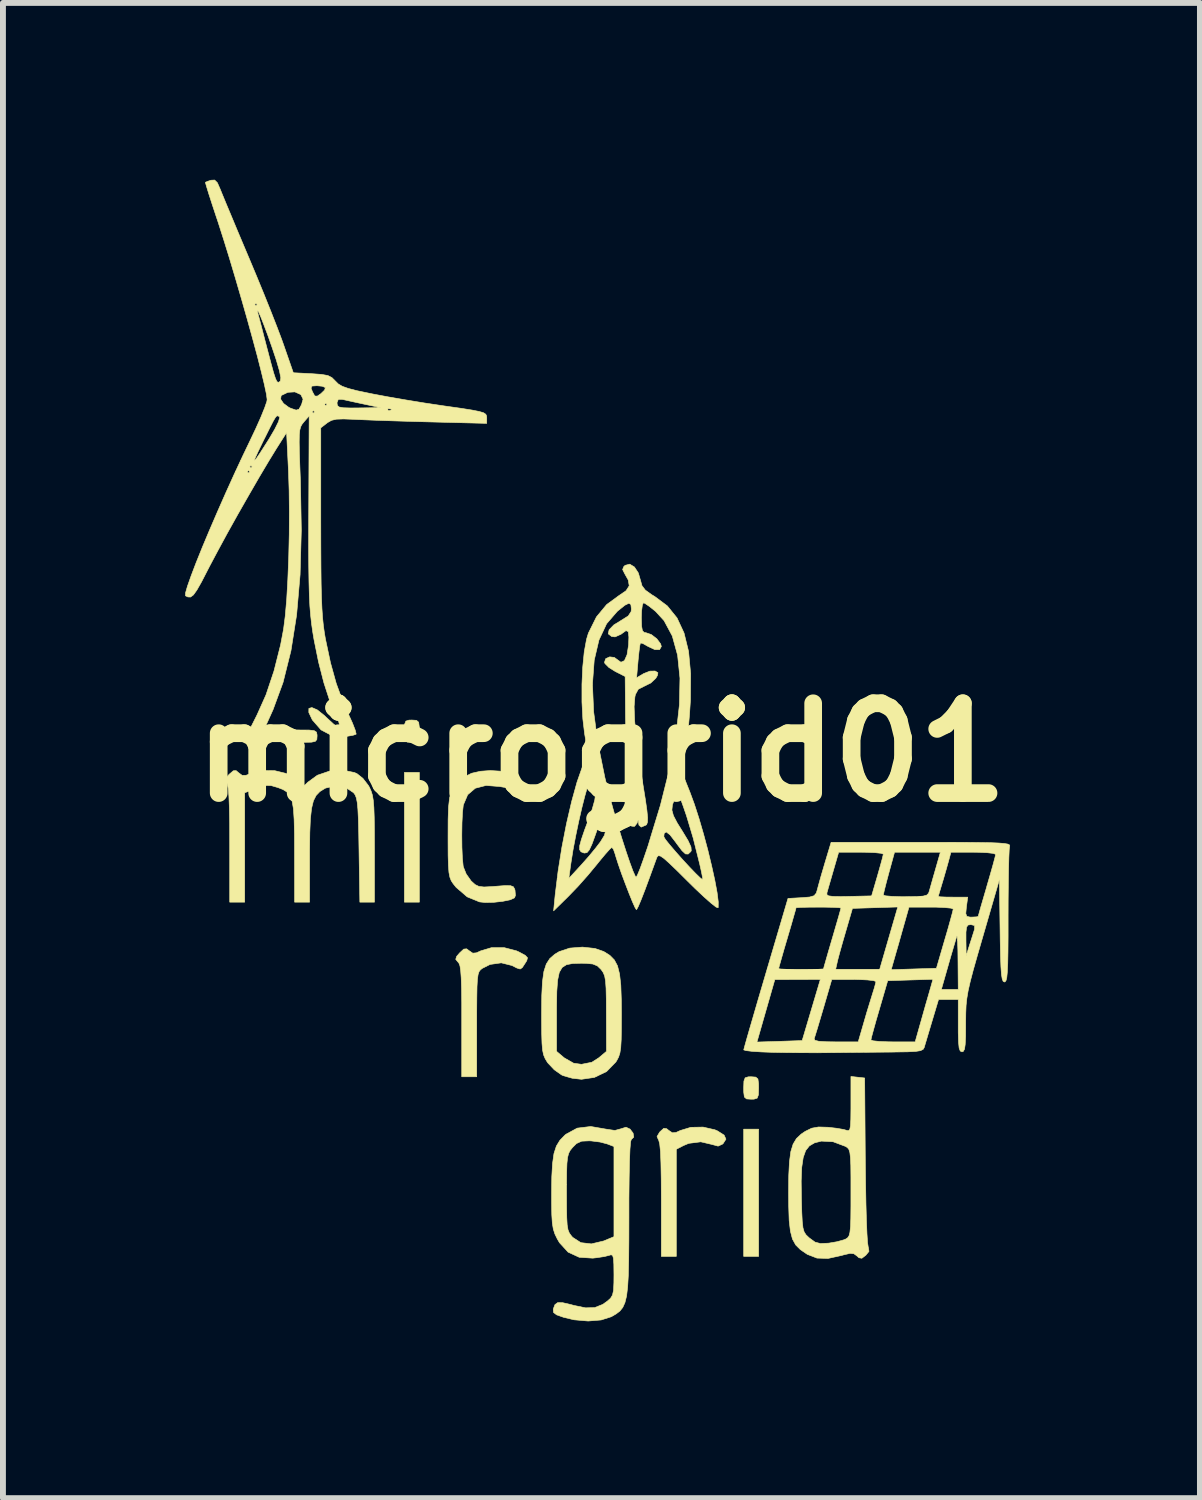
<source format=kicad_pcb>
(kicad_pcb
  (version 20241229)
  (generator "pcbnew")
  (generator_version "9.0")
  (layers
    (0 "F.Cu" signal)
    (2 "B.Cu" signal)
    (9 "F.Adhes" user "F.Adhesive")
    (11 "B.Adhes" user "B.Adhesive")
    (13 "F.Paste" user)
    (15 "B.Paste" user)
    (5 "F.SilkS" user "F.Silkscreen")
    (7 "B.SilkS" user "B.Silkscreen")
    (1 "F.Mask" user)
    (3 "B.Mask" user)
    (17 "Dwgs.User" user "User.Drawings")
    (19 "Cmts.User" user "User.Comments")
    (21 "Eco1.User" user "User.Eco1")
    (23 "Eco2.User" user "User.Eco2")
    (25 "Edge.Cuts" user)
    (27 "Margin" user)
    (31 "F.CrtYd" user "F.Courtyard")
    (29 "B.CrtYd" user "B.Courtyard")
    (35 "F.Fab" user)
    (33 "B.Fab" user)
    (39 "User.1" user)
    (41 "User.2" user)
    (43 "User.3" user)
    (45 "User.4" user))
  (footprint "microgrid01"
    (layer "F.Cu")
    (at 7.156 9.718)
    (property "Reference" "microgrid01" (at 0 0 0) (layer "F.SilkS") (effects (font (size 1.524 1.524) (thickness 0.3))))
    (attr through_hole)
    (fp_poly (pts (xy -3.09 2.54) (xy -3.344 2.54) (xy -3.344 0.339) (xy -3.09 0.339) (xy -3.09 2.54)) (stroke (width 0.01) (type solid)) (fill yes) (layer "F.SilkS"))
    (fp_poly (pts (xy 2.667 8.551) (xy 2.413 8.551) (xy 2.413 6.392) (xy 2.667 6.392) (xy 2.667 8.551)) (stroke (width 0.01) (type solid)) (fill yes) (layer "F.SilkS"))
    (fp_poly (pts (xy -3.139 -0.545) (xy -3.102 -0.513) (xy -3.091 -0.432) (xy -3.09 -0.36) (xy -3.094 -0.243) (xy -3.115 -0.187) (xy -3.169 -0.17) (xy -3.217 -0.169) (xy -3.295 -0.175) (xy -3.332 -0.207) (xy -3.344 -0.288) (xy -3.344 -0.36) (xy -3.341 -0.477) (xy -3.319 -0.532) (xy -3.265 -0.549) (xy -3.217 -0.55) (xy -3.139 -0.545)) (stroke (width 0.01) (type solid)) (fill yes) (layer "F.SilkS"))
    (fp_poly (pts (xy 2.618 5.509) (xy 2.655 5.541) (xy 2.666 5.622) (xy 2.667 5.694) (xy 2.663 5.811) (xy 2.642 5.866) (xy 2.588 5.883) (xy 2.54 5.884) (xy 2.462 5.879) (xy 2.425 5.847) (xy 2.414 5.766) (xy 2.413 5.694) (xy 2.417 5.577) (xy 2.438 5.521) (xy 2.492 5.504) (xy 2.54 5.503) (xy 2.618 5.509)) (stroke (width 0.01) (type solid)) (fill yes) (layer "F.SilkS"))
    (fp_poly (pts (xy 1.925 6.403) (xy 1.967 6.421) (xy 2.081 6.493) (xy 2.112 6.562) (xy 2.064 6.637) (xy 2.052 6.647) (xy 1.979 6.68) (xy 1.884 6.654) (xy 1.881 6.653) (xy 1.685 6.607) (xy 1.481 6.633) (xy 1.395 6.669) (xy 1.27 6.733) (xy 1.27 8.551) (xy 1.016 8.551) (xy 1.016 7.586) (xy 1.014 7.236) (xy 1.009 6.966) (xy 1.001 6.769) (xy 0.988 6.642) (xy 0.971 6.578) (xy 0.966 6.571) (xy 0.943 6.517) (xy 0.985 6.446) (xy 0.994 6.435) (xy 1.057 6.378) (xy 1.106 6.384) (xy 1.143 6.414) (xy 1.203 6.454) (xy 1.266 6.448) (xy 1.338 6.415) (xy 1.516 6.361) (xy 1.724 6.357) (xy 1.925 6.403)) (stroke (width 0.01) (type solid)) (fill yes) (layer "F.SilkS"))
    (fp_poly (pts (xy -1.651 3.312) (xy -1.443 3.366) (xy -1.395 3.388) (xy -1.293 3.443) (xy -1.255 3.484) (xy -1.268 3.534) (xy -1.296 3.578) (xy -1.343 3.65) (xy -1.379 3.675) (xy -1.435 3.658) (xy -1.52 3.615) (xy -1.7 3.57) (xy -1.89 3.597) (xy -2.023 3.664) (xy -2.054 3.689) (xy -2.078 3.721) (xy -2.094 3.771) (xy -2.105 3.852) (xy -2.112 3.974) (xy -2.115 4.149) (xy -2.117 4.389) (xy -2.117 4.617) (xy -2.117 5.503) (xy -2.371 5.503) (xy -2.371 4.556) (xy -2.371 4.241) (xy -2.374 4.001) (xy -2.38 3.825) (xy -2.389 3.702) (xy -2.401 3.622) (xy -2.419 3.575) (xy -2.436 3.555) (xy -2.473 3.51) (xy -2.457 3.46) (xy -2.407 3.402) (xy -2.337 3.337) (xy -2.288 3.332) (xy -2.243 3.366) (xy -2.184 3.406) (xy -2.121 3.4) (xy -2.049 3.367) (xy -1.865 3.312) (xy -1.651 3.312)) (stroke (width 0.01) (type solid)) (fill yes) (layer "F.SilkS"))
    (fp_poly (pts (xy -1.726 0.317) (xy -1.592 0.346) (xy -1.504 0.395) (xy -1.482 0.444) (xy -1.494 0.545) (xy -1.542 0.591) (xy -1.642 0.593) (xy -1.729 0.578) (xy -1.959 0.56) (xy -2.141 0.607) (xy -2.27 0.717) (xy -2.343 0.889) (xy -2.345 0.897) (xy -2.358 1.017) (xy -2.367 1.193) (xy -2.37 1.4) (xy -2.368 1.609) (xy -2.36 1.793) (xy -2.347 1.925) (xy -2.344 1.941) (xy -2.295 2.063) (xy -2.213 2.179) (xy -2.207 2.185) (xy -2.143 2.243) (xy -2.08 2.273) (xy -1.993 2.283) (xy -1.856 2.276) (xy -1.793 2.271) (xy -1.636 2.259) (xy -1.543 2.261) (xy -1.495 2.279) (xy -1.473 2.318) (xy -1.467 2.339) (xy -1.46 2.427) (xy -1.476 2.467) (xy -1.548 2.5) (xy -1.675 2.526) (xy -1.827 2.543) (xy -1.974 2.546) (xy -2.069 2.536) (xy -2.279 2.45) (xy -2.466 2.289) (xy -2.516 2.227) (xy -2.549 2.177) (xy -2.572 2.118) (xy -2.588 2.036) (xy -2.597 1.917) (xy -2.602 1.747) (xy -2.603 1.511) (xy -2.603 1.418) (xy -2.602 1.137) (xy -2.595 0.927) (xy -2.577 0.771) (xy -2.546 0.657) (xy -2.496 0.569) (xy -2.424 0.493) (xy -2.326 0.415) (xy -2.318 0.409) (xy -2.203 0.353) (xy -2.052 0.319) (xy -1.886 0.307) (xy -1.726 0.317)) (stroke (width 0.01) (type solid)) (fill yes) (layer "F.SilkS"))
    (fp_poly (pts (xy -0.11 3.326) (xy 0.04 3.379) (xy 0.142 3.443) (xy 0.218 3.52) (xy 0.272 3.621) (xy 0.307 3.76) (xy 0.328 3.948) (xy 0.337 4.2) (xy 0.339 4.427) (xy 0.338 4.685) (xy 0.335 4.873) (xy 0.327 5.006) (xy 0.313 5.099) (xy 0.291 5.168) (xy 0.26 5.227) (xy 0.243 5.254) (xy 0.086 5.415) (xy -0.12 5.514) (xy -0.339 5.546) (xy -0.496 5.528) (xy -0.647 5.485) (xy -0.676 5.472) (xy -0.801 5.384) (xy -0.91 5.268) (xy -0.92 5.254) (xy -0.956 5.194) (xy -0.982 5.132) (xy -0.999 5.052) (xy -1.009 4.938) (xy -1.014 4.777) (xy -1.016 4.552) (xy -1.016 4.427) (xy -1.016 4.425) (xy -0.762 4.425) (xy -0.762 5.072) (xy -0.632 5.182) (xy -0.473 5.273) (xy -0.339 5.292) (xy -0.163 5.257) (xy -0.046 5.182) (xy 0.085 5.072) (xy 0.083 4.431) (xy 0.082 4.181) (xy 0.078 4.002) (xy 0.069 3.877) (xy 0.054 3.793) (xy 0.03 3.735) (xy -0.003 3.687) (xy -0.006 3.683) (xy -0.069 3.622) (xy -0.146 3.59) (xy -0.265 3.578) (xy -0.347 3.577) (xy -0.488 3.581) (xy -0.593 3.601) (xy -0.667 3.648) (xy -0.716 3.732) (xy -0.744 3.864) (xy -0.758 4.056) (xy -0.762 4.318) (xy -0.762 4.425) (xy -1.016 4.425) (xy -1.013 4.123) (xy -1.001 3.89) (xy -0.977 3.717) (xy -0.936 3.59) (xy -0.876 3.497) (xy -0.793 3.425) (xy -0.717 3.379) (xy -0.538 3.32) (xy -0.323 3.303) (xy -0.11 3.326)) (stroke (width 0.01) (type solid)) (fill yes) (layer "F.SilkS"))
    (fp_poly (pts (xy -4.191 0.341) (xy -4.147 0.361) (xy -4.048 0.44) (xy -3.957 0.558) (xy -3.937 0.592) (xy -3.909 0.655) (xy -3.887 0.724) (xy -3.872 0.813) (xy -3.862 0.933) (xy -3.856 1.099) (xy -3.853 1.322) (xy -3.852 1.616) (xy -3.852 1.649) (xy -3.852 2.54) (xy -4.1 2.54) (xy -4.114 1.655) (xy -4.119 1.356) (xy -4.125 1.13) (xy -4.133 0.965) (xy -4.144 0.85) (xy -4.159 0.773) (xy -4.179 0.721) (xy -4.206 0.684) (xy -4.207 0.683) (xy -4.342 0.592) (xy -4.509 0.565) (xy -4.68 0.604) (xy -4.697 0.613) (xy -4.779 0.664) (xy -4.842 0.73) (xy -4.888 0.821) (xy -4.919 0.948) (xy -4.939 1.124) (xy -4.949 1.359) (xy -4.953 1.665) (xy -4.953 1.755) (xy -4.953 2.54) (xy -5.207 2.54) (xy -5.208 1.704) (xy -5.209 1.384) (xy -5.215 1.139) (xy -5.227 0.955) (xy -5.25 0.824) (xy -5.285 0.733) (xy -5.335 0.672) (xy -5.404 0.629) (xy -5.489 0.596) (xy -5.606 0.562) (xy -5.701 0.561) (xy -5.816 0.594) (xy -5.858 0.61) (xy -6.054 0.684) (xy -6.054 2.54) (xy -6.308 2.54) (xy -6.308 1.554) (xy -6.309 1.206) (xy -6.314 0.937) (xy -6.322 0.74) (xy -6.333 0.607) (xy -6.349 0.534) (xy -6.359 0.516) (xy -6.382 0.465) (xy -6.344 0.4) (xy -6.317 0.371) (xy -6.247 0.311) (xy -6.2 0.308) (xy -6.155 0.346) (xy -6.098 0.388) (xy -6.033 0.388) (xy -5.944 0.356) (xy -5.751 0.307) (xy -5.545 0.309) (xy -5.352 0.356) (xy -5.194 0.442) (xy -5.108 0.538) (xy -5.073 0.572) (xy -5.024 0.546) (xy -4.985 0.507) (xy -4.821 0.387) (xy -4.614 0.316) (xy -4.394 0.299) (xy -4.191 0.341)) (stroke (width 0.01) (type solid)) (fill yes) (layer "F.SilkS"))
    (fp_poly (pts (xy 4.35 5.511) (xy 4.466 5.524) (xy 4.477 6.939) (xy 4.482 7.322) (xy 4.488 7.659) (xy 4.496 7.942) (xy 4.505 8.164) (xy 4.515 8.318) (xy 4.527 8.396) (xy 4.53 8.404) (xy 4.539 8.466) (xy 4.486 8.531) (xy 4.418 8.583) (xy 4.369 8.574) (xy 4.334 8.543) (xy 4.283 8.506) (xy 4.218 8.5) (xy 4.11 8.525) (xy 4.075 8.535) (xy 3.844 8.586) (xy 3.657 8.58) (xy 3.494 8.517) (xy 3.482 8.509) (xy 3.375 8.436) (xy 3.296 8.357) (xy 3.241 8.257) (xy 3.206 8.123) (xy 3.185 7.941) (xy 3.177 7.698) (xy 3.175 7.478) (xy 3.177 7.273) (xy 3.389 7.273) (xy 3.393 7.574) (xy 3.399 7.801) (xy 3.407 7.96) (xy 3.419 8.066) (xy 3.439 8.135) (xy 3.47 8.184) (xy 3.515 8.228) (xy 3.532 8.242) (xy 3.624 8.309) (xy 3.715 8.333) (xy 3.845 8.327) (xy 3.859 8.326) (xy 3.999 8.302) (xy 4.116 8.269) (xy 4.147 8.256) (xy 4.178 8.235) (xy 4.201 8.201) (xy 4.216 8.143) (xy 4.226 8.048) (xy 4.231 7.903) (xy 4.233 7.696) (xy 4.233 7.472) (xy 4.233 7.206) (xy 4.231 7.011) (xy 4.225 6.877) (xy 4.215 6.79) (xy 4.199 6.737) (xy 4.174 6.706) (xy 4.141 6.684) (xy 4.139 6.684) (xy 3.931 6.606) (xy 3.731 6.595) (xy 3.614 6.625) (xy 3.528 6.676) (xy 3.465 6.755) (xy 3.423 6.874) (xy 3.398 7.042) (xy 3.389 7.273) (xy 3.177 7.273) (xy 3.178 7.176) (xy 3.19 6.945) (xy 3.213 6.773) (xy 3.252 6.646) (xy 3.309 6.551) (xy 3.389 6.476) (xy 3.457 6.43) (xy 3.567 6.376) (xy 3.684 6.355) (xy 3.844 6.36) (xy 3.991 6.377) (xy 4.111 6.398) (xy 4.159 6.412) (xy 4.191 6.419) (xy 4.213 6.399) (xy 4.225 6.339) (xy 4.231 6.225) (xy 4.233 6.043) (xy 4.233 5.971) (xy 4.233 5.498) (xy 4.35 5.511)) (stroke (width 0.01) (type solid)) (fill yes) (layer "F.SilkS"))
    (fp_poly (pts (xy 0.085 6.393) (xy 0.228 6.414) (xy 0.327 6.387) (xy 0.416 6.359) (xy 0.485 6.391) (xy 0.537 6.46) (xy 0.548 6.527) (xy 0.514 6.561) (xy 0.508 6.562) (xy 0.495 6.604) (xy 0.484 6.727) (xy 0.476 6.931) (xy 0.47 7.211) (xy 0.466 7.565) (xy 0.466 7.885) (xy 0.465 8.286) (xy 0.462 8.611) (xy 0.456 8.87) (xy 0.444 9.071) (xy 0.426 9.223) (xy 0.398 9.336) (xy 0.361 9.418) (xy 0.312 9.479) (xy 0.249 9.527) (xy 0.172 9.572) (xy 0.167 9.575) (xy -0.006 9.63) (xy -0.226 9.648) (xy -0.466 9.627) (xy -0.642 9.585) (xy -0.761 9.543) (xy -0.814 9.502) (xy -0.818 9.448) (xy -0.816 9.44) (xy -0.789 9.369) (xy -0.742 9.335) (xy -0.657 9.337) (xy -0.515 9.37) (xy -0.473 9.382) (xy -0.271 9.424) (xy -0.115 9.42) (xy 0.021 9.366) (xy 0.099 9.311) (xy 0.154 9.262) (xy 0.187 9.208) (xy 0.205 9.127) (xy 0.211 8.998) (xy 0.212 8.861) (xy 0.21 8.687) (xy 0.203 8.582) (xy 0.188 8.533) (xy 0.161 8.524) (xy 0.138 8.531) (xy 0.053 8.553) (xy -0.078 8.573) (xy -0.148 8.581) (xy -0.378 8.566) (xy -0.566 8.479) (xy -0.713 8.318) (xy -0.75 8.254) (xy -0.79 8.172) (xy -0.817 8.088) (xy -0.834 7.985) (xy -0.843 7.843) (xy -0.846 7.646) (xy -0.846 7.497) (xy -0.846 7.468) (xy -0.593 7.468) (xy -0.592 7.716) (xy -0.589 7.894) (xy -0.582 8.016) (xy -0.568 8.099) (xy -0.545 8.156) (xy -0.512 8.201) (xy -0.489 8.228) (xy -0.35 8.318) (xy -0.171 8.339) (xy 0.039 8.289) (xy 0.065 8.278) (xy 0.212 8.217) (xy 0.212 6.687) (xy 0.095 6.642) (xy -0.023 6.611) (xy -0.171 6.592) (xy -0.205 6.59) (xy -0.336 6.596) (xy -0.424 6.636) (xy -0.49 6.702) (xy -0.53 6.751) (xy -0.557 6.803) (xy -0.575 6.872) (xy -0.586 6.974) (xy -0.591 7.124) (xy -0.593 7.336) (xy -0.593 7.468) (xy -0.846 7.468) (xy -0.843 7.201) (xy -0.83 6.975) (xy -0.806 6.806) (xy -0.765 6.679) (xy -0.705 6.581) (xy -0.623 6.496) (xy -0.603 6.479) (xy -0.412 6.375) (xy -0.182 6.347) (xy 0.085 6.393)) (stroke (width 0.01) (type solid)) (fill yes) (layer "F.SilkS"))
    (fp_poly (pts (xy 0.559 -3.147) (xy 0.626 -3.045) (xy 0.661 -2.924) (xy 0.688 -2.828) (xy 0.745 -2.754) (xy 0.852 -2.677) (xy 0.904 -2.646) (xy 1.117 -2.487) (xy 1.282 -2.283) (xy 1.401 -2.027) (xy 1.478 -1.714) (xy 1.513 -1.337) (xy 1.51 -0.892) (xy 1.494 -0.645) (xy 1.472 -0.395) (xy 1.447 -0.172) (xy 1.42 -0.005) (xy 1.42 -0.003) (xy 1.356 0.311) (xy 1.502 0.676) (xy 1.577 0.88) (xy 1.655 1.121) (xy 1.732 1.385) (xy 1.805 1.657) (xy 1.869 1.923) (xy 1.923 2.167) (xy 1.962 2.377) (xy 1.982 2.536) (xy 1.981 2.63) (xy 1.979 2.635) (xy 1.945 2.624) (xy 1.863 2.56) (xy 1.742 2.453) (xy 1.592 2.312) (xy 1.467 2.189) (xy 1.284 2.007) (xy 1.151 1.879) (xy 1.06 1.798) (xy 1.001 1.758) (xy 0.966 1.751) (xy 0.945 1.771) (xy 0.937 1.789) (xy 0.823 2.102) (xy 0.735 2.34) (xy 0.669 2.509) (xy 0.624 2.615) (xy 0.598 2.663) (xy 0.592 2.667) (xy 0.569 2.63) (xy 0.525 2.532) (xy 0.468 2.391) (xy 0.404 2.225) (xy 0.34 2.054) (xy 0.285 1.895) (xy 0.244 1.767) (xy 0.231 1.722) (xy 0.202 1.64) (xy 0.175 1.611) (xy 0.139 1.643) (xy 0.064 1.727) (xy -0.036 1.847) (xy -0.085 1.908) (xy -0.231 2.084) (xy -0.398 2.272) (xy -0.553 2.433) (xy -0.565 2.445) (xy -0.812 2.688) (xy -0.785 2.413) (xy -0.751 2.138) (xy -0.554 2.138) (xy -0.34 1.905) (xy -0.215 1.764) (xy -0.098 1.622) (xy -0.016 1.515) (xy 0.052 1.403) (xy 0.073 1.311) (xy 0.057 1.201) (xy 0.02 1.044) (xy -0.099 1.385) (xy -0.16 1.553) (xy -0.206 1.653) (xy -0.246 1.7) (xy -0.289 1.707) (xy -0.299 1.705) (xy -0.347 1.686) (xy -0.371 1.65) (xy -0.37 1.585) (xy -0.341 1.477) (xy -0.285 1.313) (xy -0.229 1.164) (xy -0.156 0.959) (xy -0.114 0.809) (xy -0.099 0.696) (xy -0.105 0.596) (xy -0.106 0.591) (xy -0.131 0.486) (xy -0.159 0.428) (xy -0.166 0.423) (xy -0.195 0.463) (xy -0.234 0.571) (xy -0.281 0.735) (xy -0.333 0.939) (xy -0.386 1.17) (xy -0.437 1.414) (xy -0.483 1.656) (xy -0.519 1.883) (xy -0.528 1.947) (xy -0.554 2.138) (xy -0.751 2.138) (xy -0.736 2.015) (xy -0.671 1.606) (xy -0.593 1.207) (xy -0.506 0.833) (xy -0.415 0.504) (xy -0.322 0.238) (xy -0.302 0.191) (xy -0.267 0.096) (xy -0.251 0.008) (xy -0.254 -0.102) (xy -0.276 -0.259) (xy -0.286 -0.318) (xy -0.316 -0.57) (xy -0.331 -0.856) (xy -0.331 -1.155) (xy -0.331 -1.16) (xy -0.153 -1.16) (xy -0.133 -0.691) (xy -0.062 -0.162) (xy 0.058 0.427) (xy 0.132 0.72) (xy 0.197 0.959) (xy 0.269 1.207) (xy 0.343 1.45) (xy 0.415 1.673) (xy 0.48 1.865) (xy 0.534 2.011) (xy 0.573 2.098) (xy 0.588 2.117) (xy 0.611 2.079) (xy 0.654 1.975) (xy 0.71 1.82) (xy 0.776 1.628) (xy 0.793 1.577) (xy 0.837 1.43) (xy 1.058 1.43) (xy 1.085 1.476) (xy 1.157 1.566) (xy 1.258 1.684) (xy 1.375 1.816) (xy 1.494 1.945) (xy 1.601 2.056) (xy 1.68 2.132) (xy 1.718 2.159) (xy 1.715 2.121) (xy 1.696 2.023) (xy 1.667 1.894) (xy 1.557 1.454) (xy 1.443 1.074) (xy 1.387 0.912) (xy 1.296 0.66) (xy 1.242 0.785) (xy 1.204 0.889) (xy 1.195 0.978) (xy 1.221 1.073) (xy 1.286 1.197) (xy 1.373 1.336) (xy 1.47 1.497) (xy 1.519 1.603) (xy 1.524 1.667) (xy 1.516 1.682) (xy 1.471 1.724) (xy 1.426 1.722) (xy 1.367 1.667) (xy 1.28 1.552) (xy 1.261 1.525) (xy 1.163 1.398) (xy 1.098 1.348) (xy 1.064 1.373) (xy 1.058 1.43) (xy 0.837 1.43) (xy 1 0.897) (xy 1.157 0.271) (xy 1.265 -0.298) (xy 1.323 -0.81) (xy 1.332 -1.261) (xy 1.292 -1.65) (xy 1.202 -1.976) (xy 1.062 -2.237) (xy 0.918 -2.394) (xy 0.816 -2.476) (xy 0.738 -2.529) (xy 0.712 -2.54) (xy 0.694 -2.502) (xy 0.681 -2.402) (xy 0.677 -2.286) (xy 0.681 -2.143) (xy 0.695 -2.066) (xy 0.726 -2.035) (xy 0.754 -2.032) (xy 0.845 -2.001) (xy 0.939 -1.929) (xy 1.004 -1.842) (xy 1.016 -1.798) (xy 0.986 -1.745) (xy 0.906 -1.745) (xy 0.792 -1.798) (xy 0.78 -1.805) (xy 0.702 -1.849) (xy 0.661 -1.858) (xy 0.661 -1.858) (xy 0.65 -1.811) (xy 0.636 -1.702) (xy 0.621 -1.556) (xy 0.621 -1.554) (xy 0.596 -1.267) (xy 0.716 -1.338) (xy 0.822 -1.38) (xy 0.909 -1.382) (xy 0.91 -1.382) (xy 0.958 -1.353) (xy 0.949 -1.305) (xy 0.922 -1.259) (xy 0.837 -1.179) (xy 0.726 -1.124) (xy 0.625 -1.073) (xy 0.576 -0.983) (xy 0.567 -0.941) (xy 0.554 -0.778) (xy 0.563 -0.538) (xy 0.593 -0.226) (xy 0.643 0.153) (xy 0.704 0.545) (xy 0.745 0.799) (xy 0.771 0.982) (xy 0.783 1.105) (xy 0.781 1.181) (xy 0.767 1.222) (xy 0.756 1.232) (xy 0.674 1.267) (xy 0.636 1.233) (xy 0.63 1.196) (xy 0.624 1.146) (xy 0.611 1.178) (xy 0.605 1.199) (xy 0.562 1.254) (xy 0.522 1.252) (xy 0.44 1.23) (xy 0.417 1.228) (xy 0.395 1.193) (xy 0.4 1.107) (xy 0.427 0.998) (xy 0.471 0.893) (xy 0.486 0.866) (xy 0.512 0.806) (xy 0.518 0.724) (xy 0.505 0.598) (xy 0.478 0.442) (xy 0.451 0.253) (xy 0.43 0.001) (xy 0.415 -0.292) (xy 0.408 -0.591) (xy 0.402 -1.289) (xy 0.233 -1.375) (xy 0.127 -1.441) (xy 0.06 -1.508) (xy 0.051 -1.529) (xy 0.072 -1.591) (xy 0.14 -1.622) (xy 0.219 -1.612) (xy 0.258 -1.583) (xy 0.33 -1.531) (xy 0.39 -1.558) (xy 0.434 -1.657) (xy 0.46 -1.822) (xy 0.465 -1.958) (xy 0.455 -2.05) (xy 0.416 -2.067) (xy 0.338 -2.011) (xy 0.334 -2.007) (xy 0.231 -1.961) (xy 0.172 -1.968) (xy 0.115 -2.013) (xy 0.13 -2.082) (xy 0.21 -2.164) (xy 0.34 -2.244) (xy 0.454 -2.316) (xy 0.503 -2.39) (xy 0.508 -2.435) (xy 0.499 -2.511) (xy 0.466 -2.532) (xy 0.397 -2.498) (xy 0.281 -2.405) (xy 0.268 -2.394) (xy 0.087 -2.184) (xy -0.043 -1.907) (xy -0.123 -1.566) (xy -0.153 -1.16) (xy -0.331 -1.16) (xy -0.318 -1.446) (xy -0.292 -1.708) (xy -0.253 -1.921) (xy -0.222 -2.024) (xy -0.085 -2.3) (xy 0.088 -2.509) (xy 0.29 -2.657) (xy 0.418 -2.745) (xy 0.471 -2.828) (xy 0.454 -2.927) (xy 0.396 -3.03) (xy 0.359 -3.104) (xy 0.379 -3.154) (xy 0.402 -3.175) (xy 0.48 -3.195) (xy 0.559 -3.147)) (stroke (width 0.01) (type solid)) (fill yes) (layer "F.SilkS"))
    (fp_poly (pts (xy 5.826 1.524) (xy 6.151 1.525) (xy 6.407 1.528) (xy 6.601 1.531) (xy 6.742 1.537) (xy 6.837 1.545) (xy 6.895 1.555) (xy 6.922 1.568) (xy 6.928 1.585) (xy 6.926 1.591) (xy 6.919 1.65) (xy 6.913 1.782) (xy 6.908 1.974) (xy 6.904 2.216) (xy 6.901 2.494) (xy 6.9 2.776) (xy 6.9 3.118) (xy 6.898 3.383) (xy 6.894 3.582) (xy 6.887 3.724) (xy 6.878 3.816) (xy 6.865 3.87) (xy 6.848 3.892) (xy 6.838 3.895) (xy 6.816 3.883) (xy 6.8 3.843) (xy 6.787 3.763) (xy 6.778 3.634) (xy 6.771 3.446) (xy 6.766 3.188) (xy 6.764 3.026) (xy 6.752 2.158) (xy 6.466 3.143) (xy 6.376 3.454) (xy 6.307 3.698) (xy 6.257 3.889) (xy 6.222 4.043) (xy 6.2 4.173) (xy 6.187 4.293) (xy 6.182 4.42) (xy 6.18 4.565) (xy 6.18 4.604) (xy 6.179 4.815) (xy 6.172 4.955) (xy 6.16 5.036) (xy 6.138 5.074) (xy 6.117 5.08) (xy 6.088 5.066) (xy 6.069 5.016) (xy 6.059 4.916) (xy 6.054 4.753) (xy 6.054 4.636) (xy 6.054 4.191) (xy 5.72 4.191) (xy 5.609 4.561) (xy 5.557 4.735) (xy 5.513 4.883) (xy 5.483 4.983) (xy 5.477 5.006) (xy 5.458 5.038) (xy 5.414 5.06) (xy 5.331 5.073) (xy 5.194 5.08) (xy 4.988 5.083) (xy 4.961 5.084) (xy 4.703 5.086) (xy 4.404 5.089) (xy 4.108 5.092) (xy 3.937 5.094) (xy 3.667 5.096) (xy 3.364 5.095) (xy 3.073 5.092) (xy 2.91 5.089) (xy 2.717 5.082) (xy 2.558 5.072) (xy 2.452 5.059) (xy 2.414 5.047) (xy 2.426 5) (xy 2.45 4.914) (xy 2.638 4.914) (xy 3.022 4.902) (xy 3.405 4.889) (xy 3.415 4.858) (xy 3.609 4.858) (xy 3.621 4.884) (xy 3.688 4.901) (xy 3.82 4.909) (xy 3.973 4.911) (xy 4.357 4.911) (xy 4.366 4.879) (xy 4.572 4.879) (xy 4.611 4.893) (xy 4.716 4.904) (xy 4.867 4.91) (xy 4.947 4.911) (xy 5.323 4.911) (xy 5.392 4.667) (xy 5.442 4.491) (xy 5.5 4.285) (xy 5.543 4.137) (xy 5.576 4.022) (xy 5.767 4.022) (xy 6.054 4.022) (xy 6.05 3.545) (xy 6.048 3.361) (xy 6.043 3.218) (xy 6.037 3.13) (xy 6.031 3.111) (xy 6.014 3.168) (xy 5.979 3.286) (xy 5.931 3.449) (xy 5.891 3.588) (xy 5.767 4.022) (xy 5.576 4.022) (xy 5.625 3.849) (xy 5.241 3.861) (xy 4.857 3.873) (xy 4.715 4.36) (xy 4.659 4.552) (xy 4.614 4.714) (xy 4.583 4.828) (xy 4.572 4.879) (xy 4.366 4.879) (xy 4.446 4.604) (xy 4.499 4.421) (xy 4.554 4.242) (xy 4.595 4.109) (xy 4.632 3.99) (xy 4.654 3.906) (xy 4.657 3.887) (xy 4.618 3.872) (xy 4.513 3.86) (xy 4.362 3.853) (xy 4.282 3.852) (xy 3.908 3.852) (xy 3.769 4.329) (xy 3.712 4.521) (xy 3.663 4.686) (xy 3.626 4.805) (xy 3.609 4.858) (xy 3.415 4.858) (xy 3.714 3.852) (xy 2.942 3.853) (xy 2.79 4.383) (xy 2.638 4.914) (xy 2.45 4.914) (xy 2.459 4.882) (xy 2.51 4.704) (xy 2.577 4.474) (xy 2.656 4.202) (xy 2.745 3.9) (xy 2.79 3.747) (xy 2.808 3.686) (xy 4.916 3.686) (xy 5.3 3.674) (xy 5.684 3.662) (xy 5.826 3.175) (xy 5.863 3.049) (xy 6.185 3.049) (xy 6.185 3.186) (xy 6.189 3.45) (xy 6.247 3.264) (xy 6.289 3.133) (xy 6.323 3.025) (xy 6.331 3) (xy 6.331 2.937) (xy 6.268 2.921) (xy 6.22 2.929) (xy 6.195 2.965) (xy 6.185 3.049) (xy 5.863 3.049) (xy 5.882 2.984) (xy 5.927 2.822) (xy 5.958 2.707) (xy 5.969 2.657) (xy 5.93 2.642) (xy 5.825 2.632) (xy 5.674 2.625) (xy 5.594 2.625) (xy 5.218 2.625) (xy 5.149 2.868) (xy 5.099 3.044) (xy 5.041 3.251) (xy 4.998 3.399) (xy 4.916 3.686) (xy 2.808 3.686) (xy 2.813 3.669) (xy 3.006 3.669) (xy 3.045 3.675) (xy 3.15 3.68) (xy 3.302 3.683) (xy 3.387 3.683) (xy 3.973 3.683) (xy 4.346 3.683) (xy 4.72 3.683) (xy 4.874 3.152) (xy 5.028 2.622) (xy 4.259 2.646) (xy 4.142 3.048) (xy 4.088 3.234) (xy 4.041 3.402) (xy 4.008 3.526) (xy 3.999 3.567) (xy 3.973 3.683) (xy 3.387 3.683) (xy 3.554 3.682) (xy 3.685 3.679) (xy 3.758 3.674) (xy 3.768 3.672) (xy 3.779 3.629) (xy 3.81 3.521) (xy 3.855 3.364) (xy 3.911 3.173) (xy 3.916 3.157) (xy 3.972 2.964) (xy 4.019 2.803) (xy 4.051 2.689) (xy 4.064 2.64) (xy 4.064 2.639) (xy 4.025 2.633) (xy 3.92 2.628) (xy 3.768 2.625) (xy 3.683 2.625) (xy 3.515 2.626) (xy 3.385 2.629) (xy 3.312 2.633) (xy 3.302 2.636) (xy 3.291 2.679) (xy 3.26 2.786) (xy 3.215 2.944) (xy 3.159 3.134) (xy 3.154 3.151) (xy 3.097 3.344) (xy 3.051 3.505) (xy 3.019 3.619) (xy 3.006 3.668) (xy 3.006 3.669) (xy 2.813 3.669) (xy 3.165 2.477) (xy 3.399 2.464) (xy 3.534 2.453) (xy 3.608 2.431) (xy 3.623 2.413) (xy 3.825 2.413) (xy 3.853 2.433) (xy 3.927 2.443) (xy 4.06 2.445) (xy 4.195 2.443) (xy 4.584 2.434) (xy 4.588 2.42) (xy 4.783 2.42) (xy 4.822 2.433) (xy 4.928 2.442) (xy 5.079 2.447) (xy 5.161 2.447) (xy 5.342 2.445) (xy 5.349 2.445) (xy 5.715 2.445) (xy 5.754 2.45) (xy 5.853 2.454) (xy 5.965 2.455) (xy 6.215 2.455) (xy 6.192 2.625) (xy 6.182 2.733) (xy 6.199 2.781) (xy 6.255 2.794) (xy 6.281 2.794) (xy 6.363 2.79) (xy 6.392 2.783) (xy 6.404 2.74) (xy 6.434 2.632) (xy 6.48 2.475) (xy 6.536 2.284) (xy 6.54 2.268) (xy 6.597 2.072) (xy 6.644 1.906) (xy 6.676 1.786) (xy 6.689 1.73) (xy 6.689 1.729) (xy 6.649 1.713) (xy 6.545 1.701) (xy 6.393 1.694) (xy 6.309 1.693) (xy 5.93 1.693) (xy 5.887 1.852) (xy 5.848 1.991) (xy 5.8 2.157) (xy 5.78 2.223) (xy 5.744 2.343) (xy 5.72 2.425) (xy 5.715 2.445) (xy 5.349 2.445) (xy 5.456 2.438) (xy 5.519 2.421) (xy 5.55 2.39) (xy 5.562 2.355) (xy 5.586 2.27) (xy 5.625 2.132) (xy 5.669 1.979) (xy 5.751 1.693) (xy 4.973 1.693) (xy 4.877 2.043) (xy 4.834 2.204) (xy 4.801 2.334) (xy 4.784 2.41) (xy 4.783 2.42) (xy 4.588 2.42) (xy 4.683 2.095) (xy 4.728 1.936) (xy 4.763 1.809) (xy 4.781 1.734) (xy 4.783 1.725) (xy 4.744 1.711) (xy 4.639 1.7) (xy 4.488 1.694) (xy 4.404 1.693) (xy 4.025 1.693) (xy 3.936 2) (xy 3.89 2.159) (xy 3.851 2.293) (xy 3.828 2.375) (xy 3.826 2.379) (xy 3.825 2.413) (xy 3.623 2.413) (xy 3.645 2.387) (xy 3.66 2.337) (xy 3.685 2.244) (xy 3.726 2.097) (xy 3.777 1.924) (xy 3.792 1.873) (xy 3.897 1.524) (xy 5.425 1.524) (xy 5.826 1.524)) (stroke (width 0.01) (type solid)) (fill yes) (layer "F.SilkS"))
    (fp_poly (pts (xy -6.518 -9.668) (xy -6.469 -9.557) (xy -6.469 -9.557) (xy -6.433 -9.468) (xy -6.37 -9.315) (xy -6.284 -9.11) (xy -6.182 -8.865) (xy -6.068 -8.595) (xy -5.978 -8.382) (xy -5.851 -8.079) (xy -5.725 -7.772) (xy -5.607 -7.478) (xy -5.505 -7.217) (xy -5.425 -7.005) (xy -5.393 -6.915) (xy -5.229 -6.443) (xy -4.917 -6.427) (xy -4.75 -6.415) (xy -4.643 -6.396) (xy -4.573 -6.36) (xy -4.515 -6.302) (xy -4.514 -6.301) (xy -4.466 -6.253) (xy -4.398 -6.213) (xy -4.297 -6.177) (xy -4.147 -6.138) (xy -3.931 -6.093) (xy -3.872 -6.081) (xy -3.621 -6.034) (xy -3.32 -5.982) (xy -3.003 -5.93) (xy -2.703 -5.885) (xy -2.634 -5.875) (xy -2.379 -5.839) (xy -2.197 -5.81) (xy -2.075 -5.786) (xy -2.001 -5.764) (xy -1.963 -5.739) (xy -1.949 -5.709) (xy -1.947 -5.681) (xy -1.947 -5.584) (xy -2.889 -5.608) (xy -3.19 -5.616) (xy -3.486 -5.625) (xy -3.76 -5.634) (xy -3.991 -5.643) (xy -4.161 -5.65) (xy -4.191 -5.652) (xy -4.375 -5.659) (xy -4.497 -5.655) (xy -4.58 -5.636) (xy -4.645 -5.599) (xy -4.657 -5.59) (xy -4.763 -5.508) (xy -4.763 -3.929) (xy -4.762 -3.504) (xy -4.76 -3.153) (xy -4.757 -2.865) (xy -4.751 -2.631) (xy -4.743 -2.44) (xy -4.732 -2.282) (xy -4.718 -2.145) (xy -4.7 -2.02) (xy -4.684 -1.926) (xy -4.598 -1.521) (xy -4.501 -1.172) (xy -4.385 -0.855) (xy -4.29 -0.642) (xy -4.224 -0.496) (xy -4.179 -0.38) (xy -4.163 -0.316) (xy -4.164 -0.309) (xy -4.217 -0.291) (xy -4.322 -0.273) (xy -4.369 -0.268) (xy -4.576 -0.287) (xy -4.758 -0.383) (xy -4.905 -0.551) (xy -4.909 -0.558) (xy -4.966 -0.679) (xy -4.965 -0.747) (xy -4.914 -0.762) (xy -4.823 -0.723) (xy -4.701 -0.626) (xy -4.667 -0.593) (xy -4.542 -0.478) (xy -4.466 -0.431) (xy -4.44 -0.452) (xy -4.464 -0.54) (xy -4.507 -0.633) (xy -4.61 -0.874) (xy -4.71 -1.182) (xy -4.801 -1.536) (xy -4.878 -1.917) (xy -4.899 -2.042) (xy -4.919 -2.182) (xy -4.935 -2.326) (xy -4.948 -2.484) (xy -4.957 -2.668) (xy -4.963 -2.887) (xy -4.967 -3.153) (xy -4.969 -3.477) (xy -4.968 -3.868) (xy -4.967 -4.115) (xy -4.96 -5.711) (xy -5.052 -5.605) (xy -5.082 -5.567) (xy -5.104 -5.526) (xy -5.119 -5.47) (xy -5.127 -5.388) (xy -5.129 -5.266) (xy -5.126 -5.094) (xy -5.118 -4.859) (xy -5.108 -4.601) (xy -5.093 -3.771) (xy -5.114 -3.016) (xy -5.173 -2.335) (xy -5.269 -1.726) (xy -5.403 -1.189) (xy -5.574 -0.723) (xy -5.588 -0.693) (xy -5.705 -0.433) (xy -5.551 -0.407) (xy -5.426 -0.394) (xy -5.257 -0.384) (xy -5.112 -0.381) (xy -4.96 -0.38) (xy -4.875 -0.37) (xy -4.836 -0.345) (xy -4.826 -0.298) (xy -4.826 -0.275) (xy -4.83 -0.219) (xy -4.856 -0.188) (xy -4.922 -0.174) (xy -5.047 -0.172) (xy -5.112 -0.173) (xy -5.313 -0.185) (xy -5.539 -0.212) (xy -5.694 -0.24) (xy -5.84 -0.272) (xy -5.949 -0.298) (xy -5.999 -0.312) (xy -5.999 -0.313) (xy -5.986 -0.352) (xy -5.94 -0.447) (xy -5.872 -0.582) (xy -5.844 -0.638) (xy -5.692 -0.978) (xy -5.557 -1.381) (xy -5.445 -1.824) (xy -5.394 -2.094) (xy -5.366 -2.313) (xy -5.341 -2.6) (xy -5.322 -2.936) (xy -5.307 -3.307) (xy -5.298 -3.693) (xy -5.296 -4.079) (xy -5.3 -4.446) (xy -5.311 -4.779) (xy -5.312 -4.799) (xy -5.343 -5.428) (xy -5.514 -5.159) (xy -5.647 -4.942) (xy -5.808 -4.671) (xy -5.986 -4.363) (xy -6.171 -4.039) (xy -6.35 -3.718) (xy -6.512 -3.419) (xy -6.648 -3.163) (xy -6.68 -3.101) (xy -6.786 -2.895) (xy -6.865 -2.756) (xy -6.924 -2.673) (xy -6.973 -2.637) (xy -7.019 -2.639) (xy -7.059 -2.659) (xy -7.058 -2.707) (xy -7.025 -2.821) (xy -6.964 -2.994) (xy -6.88 -3.215) (xy -6.775 -3.476) (xy -6.653 -3.767) (xy -6.519 -4.078) (xy -6.377 -4.4) (xy -6.23 -4.725) (xy -6.212 -4.763) (xy -6.011 -4.763) (xy -5.99 -4.741) (xy -5.969 -4.763) (xy -5.99 -4.784) (xy -6.011 -4.763) (xy -6.212 -4.763) (xy -6.173 -4.847) (xy -5.969 -4.847) (xy -5.948 -4.826) (xy -5.927 -4.847) (xy -5.948 -4.868) (xy -5.969 -4.847) (xy -6.173 -4.847) (xy -6.125 -4.95) (xy -5.89 -4.95) (xy -5.861 -4.981) (xy -5.791 -5.084) (xy -5.679 -5.259) (xy -5.639 -5.322) (xy -5.543 -5.486) (xy -5.481 -5.611) (xy -5.46 -5.684) (xy -5.466 -5.697) (xy -5.488 -5.711) (xy -5.508 -5.711) (xy -5.531 -5.687) (xy -5.568 -5.625) (xy -5.625 -5.514) (xy -5.71 -5.343) (xy -5.736 -5.292) (xy -5.826 -5.106) (xy -5.878 -4.992) (xy -5.89 -4.95) (xy -6.125 -4.95) (xy -6.082 -5.042) (xy -5.967 -5.282) (xy -5.866 -5.495) (xy -5.779 -5.69) (xy -5.743 -5.779) (xy -4.911 -5.779) (xy -4.889 -5.757) (xy -4.868 -5.779) (xy -4.889 -5.8) (xy -4.911 -5.779) (xy -5.743 -5.779) (xy -5.715 -5.848) (xy -5.678 -5.956) (xy -5.673 -5.988) (xy -5.674 -5.995) (xy -5.444 -5.995) (xy -5.395 -5.922) (xy -5.306 -5.856) (xy -5.272 -5.84) (xy -5.181 -5.809) (xy -5.133 -5.824) (xy -5.13 -5.828) (xy -3.627 -5.828) (xy -3.621 -5.803) (xy -3.598 -5.8) (xy -3.563 -5.815) (xy -3.57 -5.828) (xy -3.62 -5.833) (xy -3.627 -5.828) (xy -5.13 -5.828) (xy -5.092 -5.897) (xy -5.088 -5.904) (xy -5.088 -5.905) (xy -4.699 -5.905) (xy -4.678 -5.884) (xy -4.657 -5.905) (xy -4.678 -5.927) (xy -4.699 -5.905) (xy -5.088 -5.905) (xy -5.082 -5.927) (xy -4.487 -5.927) (xy -4.481 -5.887) (xy -4.452 -5.862) (xy -4.383 -5.849) (xy -4.258 -5.845) (xy -4.117 -5.846) (xy -3.747 -5.851) (xy -4.022 -5.909) (xy -4.18 -5.943) (xy -4.316 -5.973) (xy -4.392 -5.99) (xy -4.465 -5.992) (xy -4.487 -5.937) (xy -4.487 -5.927) (xy -5.082 -5.927) (xy -5.063 -5.995) (xy -5.097 -6.064) (xy -5.109 -6.076) (xy -5.202 -6.118) (xy -5.322 -6.111) (xy -5.428 -6.06) (xy -5.436 -6.052) (xy -5.444 -5.995) (xy -5.674 -5.995) (xy -5.685 -6.079) (xy -5.707 -6.183) (xy -4.928 -6.183) (xy -4.904 -6.12) (xy -4.865 -6.049) (xy -4.822 -6.046) (xy -4.761 -6.088) (xy -4.698 -6.149) (xy -4.685 -6.191) (xy -4.737 -6.214) (xy -4.828 -6.223) (xy -4.912 -6.217) (xy -4.928 -6.183) (xy -5.707 -6.183) (xy -5.719 -6.24) (xy -5.772 -6.46) (xy -5.84 -6.728) (xy -5.922 -7.031) (xy -6.013 -7.36) (xy -6.054 -7.504) (xy -5.837 -7.504) (xy -5.832 -7.462) (xy -5.824 -7.429) (xy -5.805 -7.357) (xy -5.769 -7.222) (xy -5.723 -7.043) (xy -5.67 -6.84) (xy -5.669 -6.837) (xy -5.608 -6.605) (xy -5.564 -6.444) (xy -5.531 -6.344) (xy -5.506 -6.292) (xy -5.483 -6.279) (xy -5.459 -6.293) (xy -5.45 -6.302) (xy -5.441 -6.357) (xy -5.464 -6.476) (xy -5.519 -6.664) (xy -5.587 -6.867) (xy -5.661 -7.078) (xy -5.728 -7.256) (xy -5.781 -7.392) (xy -5.819 -7.477) (xy -5.837 -7.504) (xy -6.054 -7.504) (xy -6.081 -7.599) (xy -5.884 -7.599) (xy -5.863 -7.578) (xy -5.842 -7.599) (xy -5.863 -7.62) (xy -5.884 -7.599) (xy -6.081 -7.599) (xy -6.111 -7.703) (xy -6.212 -8.05) (xy -6.313 -8.388) (xy -6.412 -8.707) (xy -6.504 -8.995) (xy -6.539 -9.099) (xy -6.606 -9.302) (xy -6.662 -9.475) (xy -6.701 -9.602) (xy -6.72 -9.669) (xy -6.72 -9.675) (xy -6.677 -9.693) (xy -6.624 -9.71) (xy -6.564 -9.713) (xy -6.518 -9.668)) (stroke (width 0.01) (type solid)) (fill yes) (layer "F.SilkS")))
  (gr_rect
    (start -3 -3)
    (end 17.311 22.371)
    (stroke (width 0.1) (type default))
    (fill no)
    (layer "Edge.Cuts")))
</source>
